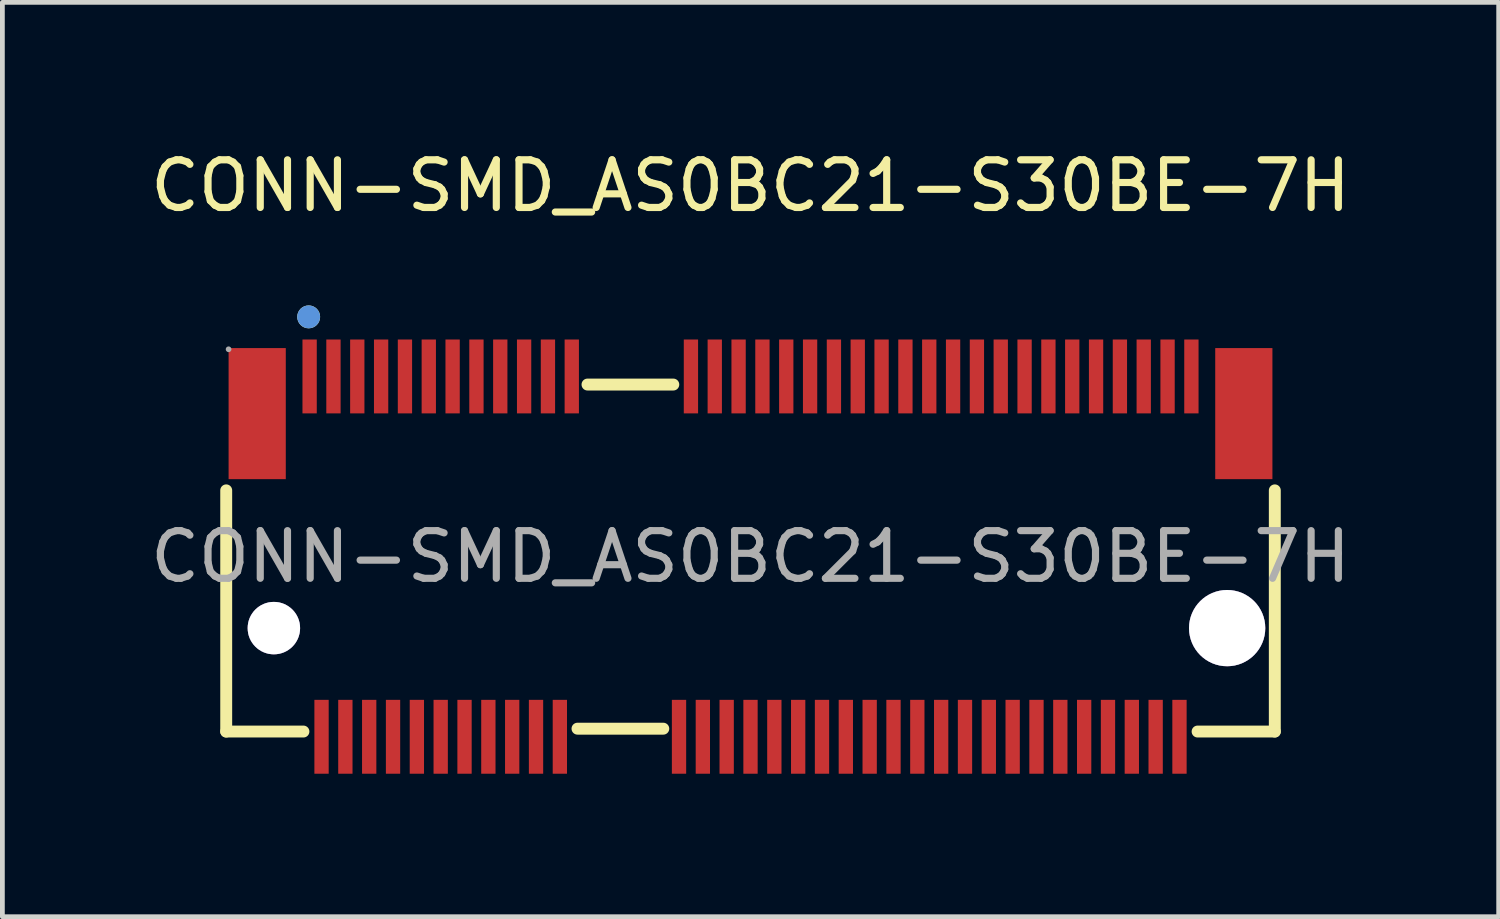
<source format=kicad_pcb>
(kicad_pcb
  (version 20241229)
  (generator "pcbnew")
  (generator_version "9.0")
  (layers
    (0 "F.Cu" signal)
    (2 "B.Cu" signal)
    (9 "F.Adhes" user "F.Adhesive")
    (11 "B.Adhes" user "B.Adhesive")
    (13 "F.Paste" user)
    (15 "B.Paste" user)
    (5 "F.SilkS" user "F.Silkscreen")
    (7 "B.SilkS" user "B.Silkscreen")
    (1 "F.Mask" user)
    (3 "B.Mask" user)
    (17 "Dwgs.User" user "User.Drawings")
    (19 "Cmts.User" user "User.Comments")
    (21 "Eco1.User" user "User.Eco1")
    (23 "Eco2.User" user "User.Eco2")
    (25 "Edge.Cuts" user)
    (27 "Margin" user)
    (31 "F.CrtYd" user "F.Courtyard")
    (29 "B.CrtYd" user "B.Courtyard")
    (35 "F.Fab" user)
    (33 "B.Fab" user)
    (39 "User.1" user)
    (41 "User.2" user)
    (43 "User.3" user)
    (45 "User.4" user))
  (footprint "CONN-SMD_AS0BC21-S30BE-7H"
    (layer "F.Cu")
    (at 12.696 8.628)
    (property "Reference" "CONN-SMD_AS0BC21-S30BE-7H" (at 0 -7.78 0) (layer "F.SilkS") (effects (font (size 1 1) (thickness 0.15))))
    (attr through_hole)
    (fp_line (start -11 3.67) (end -11 -1.39) (stroke (width 0.25) (type solid)) (layer "F.SilkS"))
    (fp_line (start -11 3.67) (end -9.38 3.67) (stroke (width 0.25) (type solid)) (layer "F.SilkS"))
    (fp_line (start -3.42 -3.61) (end -1.62 -3.61) (stroke (width 0.25) (type solid)) (layer "F.SilkS"))
    (fp_line (start -1.83 3.61) (end -3.63 3.61) (stroke (width 0.25) (type solid)) (layer "F.SilkS"))
    (fp_line (start 9.38 3.67) (end 11 3.67) (stroke (width 0.25) (type solid)) (layer "F.SilkS"))
    (fp_line (start 11 -1.39) (end 11 3.67) (stroke (width 0.25) (type solid)) (layer "F.SilkS"))
    (fp_circle (center -9.27 -5.03) (end -9.15 -5.03) (stroke (width 0.24) (type solid)) (fill no) (layer "F.SilkS"))
    (fp_circle (center -10 1.5) (end -9.76 1.5) (stroke (width 0.48) (type solid)) (fill no) (layer "Cmts.User"))
    (fp_circle (center -9.27 -5.03) (end -9.15 -5.03) (stroke (width 0.24) (type solid)) (fill no) (layer "Cmts.User"))
    (fp_circle (center 10 1.5) (end 10.36 1.5) (stroke (width 0.72) (type solid)) (fill no) (layer "Cmts.User"))
    (fp_circle (center -10.95 -4.35) (end -10.92 -4.35) (stroke (width 0.06) (type solid)) (fill no) (layer "F.Fab"))
    (fp_text user "${REFERENCE}" (at 0 0 0) (layer "F.Fab") (effects (font (size 1 1) (thickness 0.15))))
    (pad "" thru_hole circle (at -10 1.5) (size 1.1 1.1) (drill 1.1) (layers "*.Cu" "*.Mask"))
    (pad "" thru_hole circle (at 10 1.5) (size 1.6 1.6) (drill 1.6) (layers "*.Cu" "*.Mask"))
    (pad "1" smd rect (at -9.25 -3.78) (size 0.3 1.55) (layers "F.Cu" "F.Mask" "F.Paste"))
    (pad "2" smd rect (at -9 3.78) (size 0.3 1.55) (layers "F.Cu" "F.Mask" "F.Paste"))
    (pad "3" smd rect (at -8.75 -3.78) (size 0.3 1.55) (layers "F.Cu" "F.Mask" "F.Paste"))
    (pad "4" smd rect (at -8.5 3.78) (size 0.3 1.55) (layers "F.Cu" "F.Mask" "F.Paste"))
    (pad "5" smd rect (at -8.25 -3.78) (size 0.3 1.55) (layers "F.Cu" "F.Mask" "F.Paste"))
    (pad "6" smd rect (at -8 3.78) (size 0.3 1.55) (layers "F.Cu" "F.Mask" "F.Paste"))
    (pad "7" smd rect (at -7.75 -3.78) (size 0.3 1.55) (layers "F.Cu" "F.Mask" "F.Paste"))
    (pad "8" smd rect (at -7.5 3.78) (size 0.3 1.55) (layers "F.Cu" "F.Mask" "F.Paste"))
    (pad "9" smd rect (at -7.25 -3.78) (size 0.3 1.55) (layers "F.Cu" "F.Mask" "F.Paste"))
    (pad "10" smd rect (at -7 3.78) (size 0.3 1.55) (layers "F.Cu" "F.Mask" "F.Paste"))
    (pad "11" smd rect (at -6.75 -3.78) (size 0.3 1.55) (layers "F.Cu" "F.Mask" "F.Paste"))
    (pad "12" smd rect (at -6.5 3.78) (size 0.3 1.55) (layers "F.Cu" "F.Mask" "F.Paste"))
    (pad "13" smd rect (at -6.25 -3.78) (size 0.3 1.55) (layers "F.Cu" "F.Mask" "F.Paste"))
    (pad "14" smd rect (at -6 3.78) (size 0.3 1.55) (layers "F.Cu" "F.Mask" "F.Paste"))
    (pad "15" smd rect (at -5.75 -3.78) (size 0.3 1.55) (layers "F.Cu" "F.Mask" "F.Paste"))
    (pad "16" smd rect (at -5.5 3.78) (size 0.3 1.55) (layers "F.Cu" "F.Mask" "F.Paste"))
    (pad "17" smd rect (at -5.25 -3.78) (size 0.3 1.55) (layers "F.Cu" "F.Mask" "F.Paste"))
    (pad "18" smd rect (at -5 3.78) (size 0.3 1.55) (layers "F.Cu" "F.Mask" "F.Paste"))
    (pad "19" smd rect (at -4.75 -3.78) (size 0.3 1.55) (layers "F.Cu" "F.Mask" "F.Paste"))
    (pad "20" smd rect (at -4.5 3.78) (size 0.3 1.55) (layers "F.Cu" "F.Mask" "F.Paste"))
    (pad "21" smd rect (at -4.25 -3.78) (size 0.3 1.55) (layers "F.Cu" "F.Mask" "F.Paste"))
    (pad "22" smd rect (at -4 3.78) (size 0.3 1.55) (layers "F.Cu" "F.Mask" "F.Paste"))
    (pad "23" smd rect (at -3.75 -3.78) (size 0.3 1.55) (layers "F.Cu" "F.Mask" "F.Paste"))
    (pad "32" smd rect (at -1.5 3.78) (size 0.3 1.55) (layers "F.Cu" "F.Mask" "F.Paste"))
    (pad "33" smd rect (at -1.25 -3.78) (size 0.3 1.55) (layers "F.Cu" "F.Mask" "F.Paste"))
    (pad "34" smd rect (at -1 3.78) (size 0.3 1.55) (layers "F.Cu" "F.Mask" "F.Paste"))
    (pad "35" smd rect (at -0.75 -3.78) (size 0.3 1.55) (layers "F.Cu" "F.Mask" "F.Paste"))
    (pad "36" smd rect (at -0.5 3.78) (size 0.3 1.55) (layers "F.Cu" "F.Mask" "F.Paste"))
    (pad "37" smd rect (at -0.25 -3.78) (size 0.3 1.55) (layers "F.Cu" "F.Mask" "F.Paste"))
    (pad "38" smd rect (at 0 3.78) (size 0.3 1.55) (layers "F.Cu" "F.Mask" "F.Paste"))
    (pad "39" smd rect (at 0.25 -3.78) (size 0.3 1.55) (layers "F.Cu" "F.Mask" "F.Paste"))
    (pad "40" smd rect (at 0.5 3.78) (size 0.3 1.55) (layers "F.Cu" "F.Mask" "F.Paste"))
    (pad "41" smd rect (at 0.75 -3.78) (size 0.3 1.55) (layers "F.Cu" "F.Mask" "F.Paste"))
    (pad "42" smd rect (at 1 3.78) (size 0.3 1.55) (layers "F.Cu" "F.Mask" "F.Paste"))
    (pad "43" smd rect (at 1.25 -3.78) (size 0.3 1.55) (layers "F.Cu" "F.Mask" "F.Paste"))
    (pad "44" smd rect (at 1.5 3.78) (size 0.3 1.55) (layers "F.Cu" "F.Mask" "F.Paste"))
    (pad "45" smd rect (at 1.75 -3.78) (size 0.3 1.55) (layers "F.Cu" "F.Mask" "F.Paste"))
    (pad "46" smd rect (at 2 3.78) (size 0.3 1.55) (layers "F.Cu" "F.Mask" "F.Paste"))
    (pad "47" smd rect (at 2.25 -3.78) (size 0.3 1.55) (layers "F.Cu" "F.Mask" "F.Paste"))
    (pad "48" smd rect (at 2.5 3.78) (size 0.3 1.55) (layers "F.Cu" "F.Mask" "F.Paste"))
    (pad "49" smd rect (at 2.75 -3.78) (size 0.3 1.55) (layers "F.Cu" "F.Mask" "F.Paste"))
    (pad "50" smd rect (at 3 3.78) (size 0.3 1.55) (layers "F.Cu" "F.Mask" "F.Paste"))
    (pad "51" smd rect (at 3.25 -3.78) (size 0.3 1.55) (layers "F.Cu" "F.Mask" "F.Paste"))
    (pad "52" smd rect (at 3.5 3.78) (size 0.3 1.55) (layers "F.Cu" "F.Mask" "F.Paste"))
    (pad "53" smd rect (at 3.75 -3.78) (size 0.3 1.55) (layers "F.Cu" "F.Mask" "F.Paste"))
    (pad "54" smd rect (at 4 3.78) (size 0.3 1.55) (layers "F.Cu" "F.Mask" "F.Paste"))
    (pad "55" smd rect (at 4.25 -3.78) (size 0.3 1.55) (layers "F.Cu" "F.Mask" "F.Paste"))
    (pad "56" smd rect (at 4.5 3.78) (size 0.3 1.55) (layers "F.Cu" "F.Mask" "F.Paste"))
    (pad "57" smd rect (at 4.75 -3.78) (size 0.3 1.55) (layers "F.Cu" "F.Mask" "F.Paste"))
    (pad "58" smd rect (at 5 3.78) (size 0.3 1.55) (layers "F.Cu" "F.Mask" "F.Paste"))
    (pad "59" smd rect (at 5.25 -3.78) (size 0.3 1.55) (layers "F.Cu" "F.Mask" "F.Paste"))
    (pad "60" smd rect (at 5.5 3.78) (size 0.3 1.55) (layers "F.Cu" "F.Mask" "F.Paste"))
    (pad "61" smd rect (at 5.75 -3.78) (size 0.3 1.55) (layers "F.Cu" "F.Mask" "F.Paste"))
    (pad "62" smd rect (at 6 3.78) (size 0.3 1.55) (layers "F.Cu" "F.Mask" "F.Paste"))
    (pad "63" smd rect (at 6.25 -3.78) (size 0.3 1.55) (layers "F.Cu" "F.Mask" "F.Paste"))
    (pad "64" smd rect (at 6.5 3.78) (size 0.3 1.55) (layers "F.Cu" "F.Mask" "F.Paste"))
    (pad "65" smd rect (at 6.75 -3.78) (size 0.3 1.55) (layers "F.Cu" "F.Mask" "F.Paste"))
    (pad "66" smd rect (at 7 3.78) (size 0.3 1.55) (layers "F.Cu" "F.Mask" "F.Paste"))
    (pad "67" smd rect (at 7.25 -3.78) (size 0.3 1.55) (layers "F.Cu" "F.Mask" "F.Paste"))
    (pad "68" smd rect (at 7.5 3.78) (size 0.3 1.55) (layers "F.Cu" "F.Mask" "F.Paste"))
    (pad "69" smd rect (at 7.75 -3.78) (size 0.3 1.55) (layers "F.Cu" "F.Mask" "F.Paste"))
    (pad "70" smd rect (at 8 3.78) (size 0.3 1.55) (layers "F.Cu" "F.Mask" "F.Paste"))
    (pad "71" smd rect (at 8.25 -3.78) (size 0.3 1.55) (layers "F.Cu" "F.Mask" "F.Paste"))
    (pad "72" smd rect (at 8.5 3.78) (size 0.3 1.55) (layers "F.Cu" "F.Mask" "F.Paste"))
    (pad "73" smd rect (at 8.75 -3.78) (size 0.3 1.55) (layers "F.Cu" "F.Mask" "F.Paste"))
    (pad "74" smd rect (at 9 3.78) (size 0.3 1.55) (layers "F.Cu" "F.Mask" "F.Paste"))
    (pad "75" smd rect (at 9.25 -3.78) (size 0.3 1.55) (layers "F.Cu" "F.Mask" "F.Paste"))
    (pad "76" smd rect (at 10.35 -3) (size 1.2 2.75) (layers "F.Cu" "F.Mask" "F.Paste"))
    (pad "77" smd rect (at -10.35 -3) (size 1.2 2.75) (layers "F.Cu" "F.Mask" "F.Paste")))
  (gr_rect
    (start -3 -3)
    (end 28.393 16.183)
    (stroke (width 0.1) (type default))
    (fill no)
    (layer "Edge.Cuts")))
</source>
